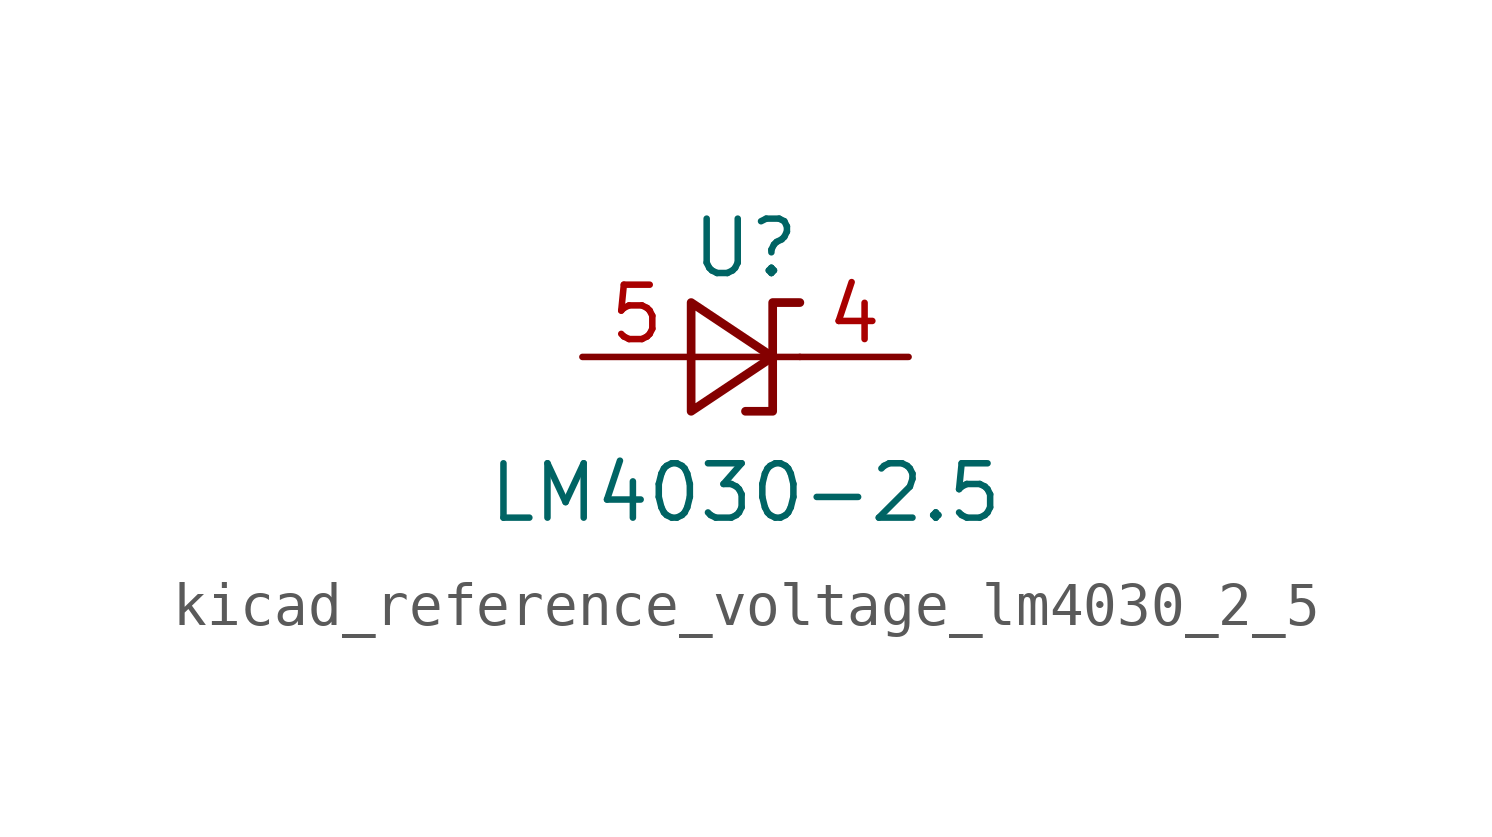
<source format=kicad_sym>
(kicad_symbol_lib
  (version 20220914)
  (generator kicad_symbol_editor)
  (symbol "kicad_reference_voltage_lm4030_2_5"
    (pin_names
      (offset 0.025) hide)
    (property "Reference" "U"
      (at 0 2.54 0)
      (effects (font (size 1.27 1.27))))
    (property "Value" "LM4030-2.5"
      (at 0 -3.175 0)
      (effects (font (size 1.27 1.27))))
    (symbol "kicad_reference_voltage_lm4030_2_5_0_1"
      (polyline (pts (xy -1.27 0) (xy 0 0) (xy 1.27 0)) (stroke (width 0) (type default)) (fill (type none)))
      (polyline (pts (xy -1.27 -1.27) (xy 0.635 0) (xy -1.27 1.27) (xy -1.27 -1.27)) (stroke (width 0.203) (type default)) (fill (type none)))
      (polyline (pts (xy 0 -1.27) (xy 0.635 -1.27) (xy 0.635 1.27) (xy 1.27 1.27)) (stroke (width 0.203) (type default)) (fill (type none))))
    (symbol "kicad_reference_voltage_lm4030_2_5_1_1"
      (pin passive line (at 3.81 0 180) (length 2.54) (name "K" (effects (font (size 1.27 1.27)))) (number "4" (effects (font (size 1.27 1.27)))))
      (pin passive line (at -3.81 0 0) (length 2.54) (name "A" (effects (font (size 1.27 1.27)))) (number "5" (effects (font (size 1.27 1.27))))))))
</source>
